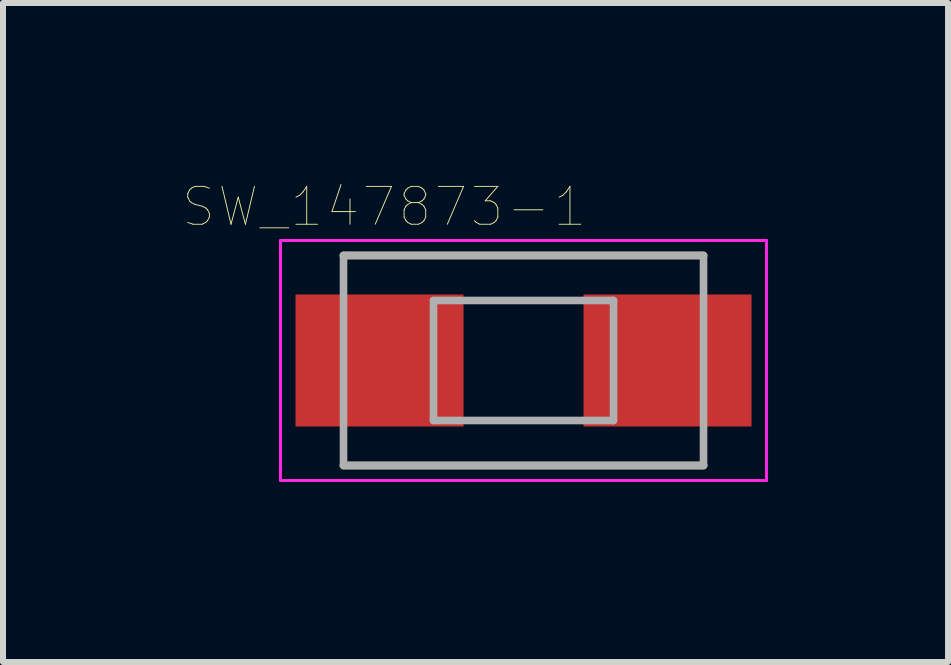
<source format=kicad_pcb>
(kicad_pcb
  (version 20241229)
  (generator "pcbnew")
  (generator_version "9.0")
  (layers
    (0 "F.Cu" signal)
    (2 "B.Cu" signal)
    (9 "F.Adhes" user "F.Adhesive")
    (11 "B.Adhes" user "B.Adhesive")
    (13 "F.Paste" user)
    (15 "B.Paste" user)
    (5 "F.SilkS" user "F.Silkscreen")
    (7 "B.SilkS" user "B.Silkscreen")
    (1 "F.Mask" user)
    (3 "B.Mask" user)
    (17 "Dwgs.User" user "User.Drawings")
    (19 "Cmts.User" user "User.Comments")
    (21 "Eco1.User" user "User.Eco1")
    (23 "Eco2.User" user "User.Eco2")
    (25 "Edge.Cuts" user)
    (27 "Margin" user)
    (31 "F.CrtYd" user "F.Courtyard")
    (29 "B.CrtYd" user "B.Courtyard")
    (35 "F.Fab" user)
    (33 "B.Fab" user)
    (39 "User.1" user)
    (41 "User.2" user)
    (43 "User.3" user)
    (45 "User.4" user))
  (footprint "SW_147873-1"
    (layer "F.Cu")
    (at 5.675 2.958)
    (property "Reference" "SW_147873-1" (at -2.321 -2.562 0) (layer "F.SilkS") (effects (font (size 0.631 0.631) (thickness 0.015))))
    (attr through_hole)
    (fp_line (start -3 -1.75) (end 3 -1.75) (stroke (width 0.127) (type solid)) (layer "F.SilkS"))
    (fp_line (start -3 1.75) (end 3 1.75) (stroke (width 0.127) (type solid)) (layer "F.SilkS"))
    (fp_line (start -4.05 -2) (end -4.05 2) (stroke (width 0.05) (type solid)) (layer "F.CrtYd"))
    (fp_line (start -4.05 2) (end 4.05 2) (stroke (width 0.05) (type solid)) (layer "F.CrtYd"))
    (fp_line (start 4.05 -2) (end -4.05 -2) (stroke (width 0.05) (type solid)) (layer "F.CrtYd"))
    (fp_line (start 4.05 2) (end 4.05 -2) (stroke (width 0.05) (type solid)) (layer "F.CrtYd"))
    (fp_line (start -3 -1.75) (end -3 1.75) (stroke (width 0.127) (type solid)) (layer "F.Fab"))
    (fp_line (start -3 1.75) (end 3 1.75) (stroke (width 0.127) (type solid)) (layer "F.Fab"))
    (fp_line (start -1.5 -1) (end -1.5 1) (stroke (width 0.127) (type solid)) (layer "F.Fab"))
    (fp_line (start -1.5 1) (end 1.5 1) (stroke (width 0.127) (type solid)) (layer "F.Fab"))
    (fp_line (start 1.5 -1) (end -1.5 -1) (stroke (width 0.127) (type solid)) (layer "F.Fab"))
    (fp_line (start 1.5 1) (end 1.5 -1) (stroke (width 0.127) (type solid)) (layer "F.Fab"))
    (fp_line (start 3 -1.75) (end -3 -1.75) (stroke (width 0.127) (type solid)) (layer "F.Fab"))
    (fp_line (start 3 1.75) (end 3 -1.75) (stroke (width 0.127) (type solid)) (layer "F.Fab"))
    (pad "1" smd rect (at -2.4 0) (size 2.8 2.2) (layers "F.Cu" "F.Mask" "F.Paste"))
    (pad "2" smd rect (at 2.4 0) (size 2.8 2.2) (layers "F.Cu" "F.Mask" "F.Paste")))
  (gr_rect
    (start -3 -3)
    (end 12.75 7.983)
    (stroke (width 0.1) (type default))
    (fill no)
    (layer "Edge.Cuts")))
</source>
